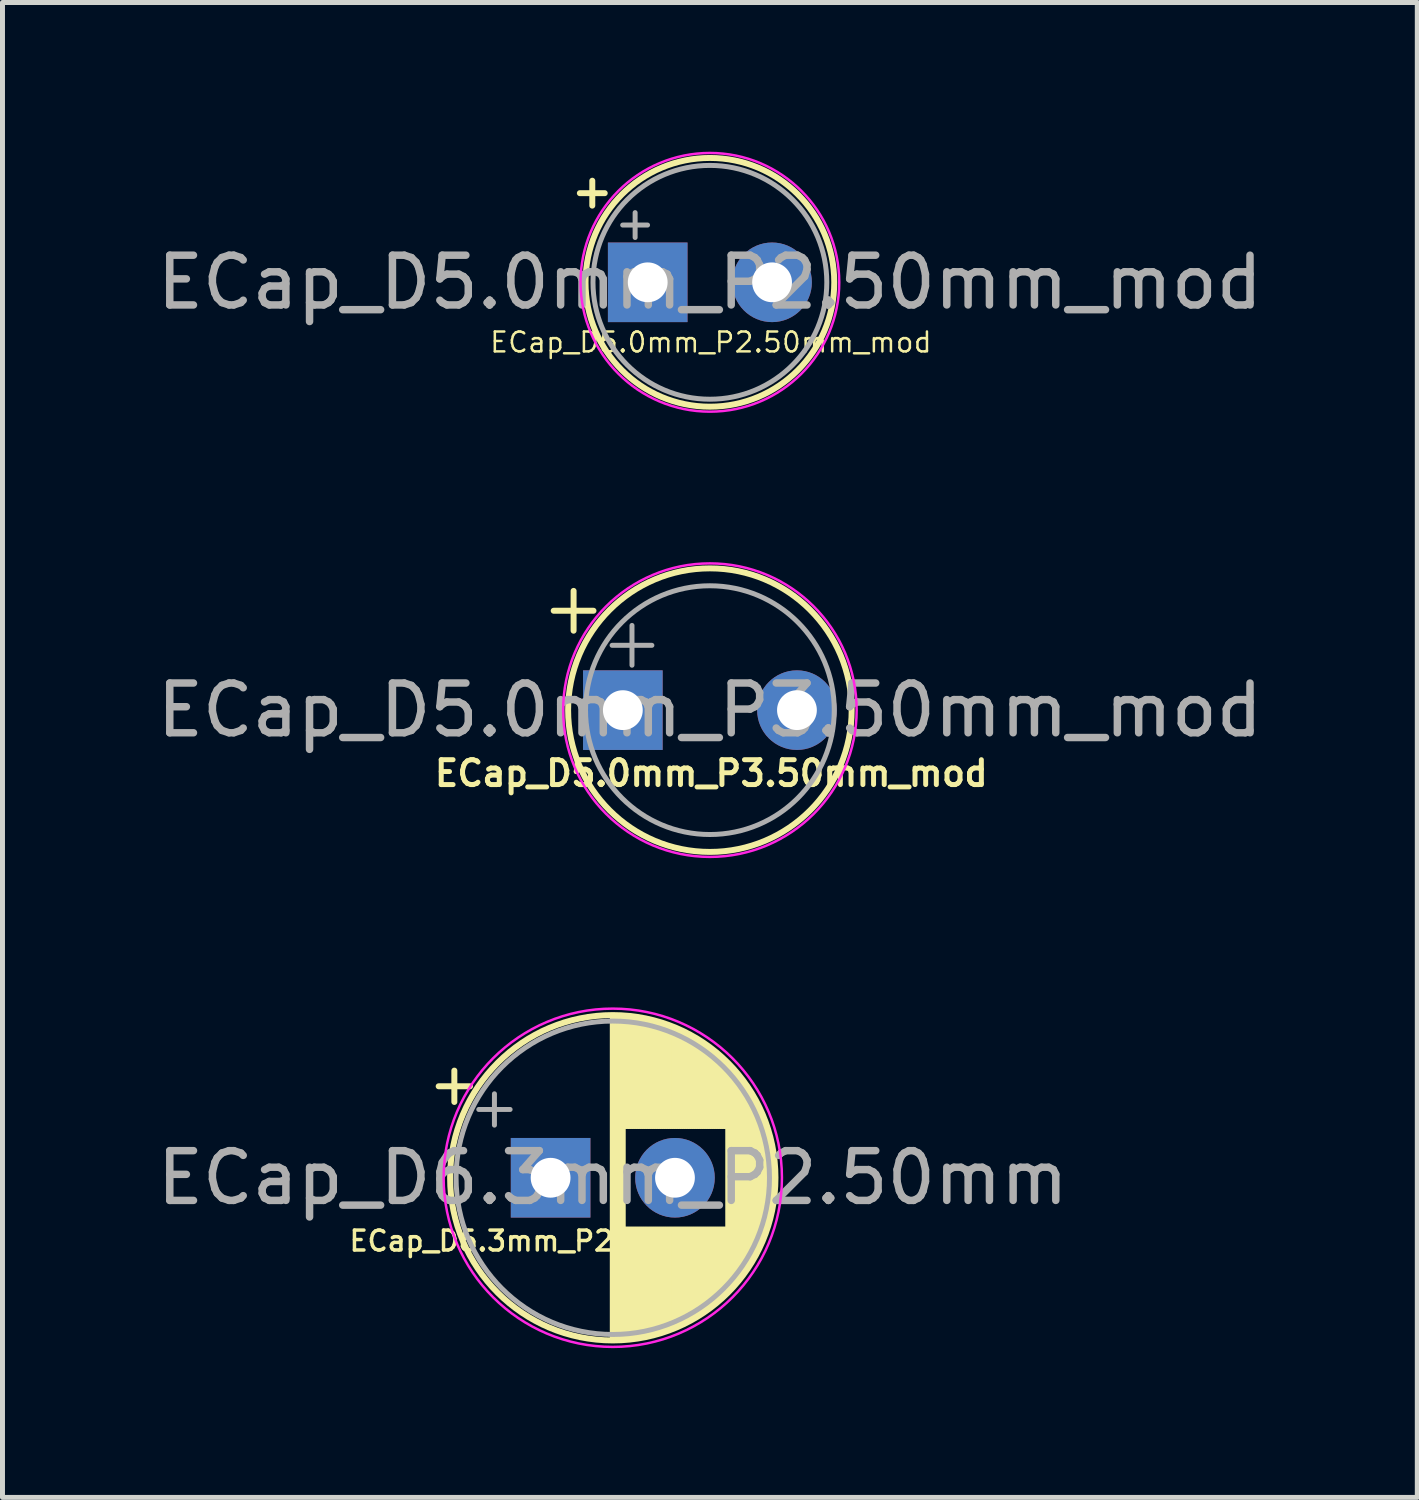
<source format=kicad_pcb>
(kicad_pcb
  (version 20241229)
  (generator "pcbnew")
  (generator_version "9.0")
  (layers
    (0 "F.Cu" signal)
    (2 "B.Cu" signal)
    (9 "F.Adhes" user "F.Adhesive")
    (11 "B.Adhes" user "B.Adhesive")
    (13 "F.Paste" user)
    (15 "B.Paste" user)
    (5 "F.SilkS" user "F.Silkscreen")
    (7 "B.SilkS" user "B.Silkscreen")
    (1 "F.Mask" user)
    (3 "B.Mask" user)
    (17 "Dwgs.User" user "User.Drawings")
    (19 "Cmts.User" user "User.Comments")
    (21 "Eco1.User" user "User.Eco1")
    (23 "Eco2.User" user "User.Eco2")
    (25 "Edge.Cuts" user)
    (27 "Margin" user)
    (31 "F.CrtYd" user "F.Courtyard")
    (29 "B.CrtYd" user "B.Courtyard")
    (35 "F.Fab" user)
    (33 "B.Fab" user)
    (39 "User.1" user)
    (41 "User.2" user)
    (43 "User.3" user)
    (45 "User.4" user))
  (footprint "ECap_D5.0mm_P2.50mm_mod"
    (layer "F.Cu")
    (at 9.97 2.625)
    (property "Reference" "ECap_D5.0mm_P2.50mm_mod" (at 1.27 1.206 0) (layer "F.SilkS") (effects (font (size 0.4 0.4) (thickness 0.05))))
    (attr through_hole)
    (fp_line (start -1.364 -1.792) (end -0.864 -1.792) (stroke (width 0.12) (type solid)) (layer "F.SilkS"))
    (fp_line (start -1.114 -2.042) (end -1.114 -1.542) (stroke (width 0.12) (type solid)) (layer "F.SilkS"))
    (fp_circle (center 1.25 0) (end 3.75 0) (stroke (width 0.12) (type solid)) (fill no) (layer "F.SilkS"))
    (fp_circle (center 1.25 0) (end 3.85 0) (stroke (width 0.05) (type solid)) (fill no) (layer "F.CrtYd"))
    (fp_line (start -0.503 -1.151) (end -0.003 -1.151) (stroke (width 0.1) (type solid)) (layer "F.Fab"))
    (fp_line (start -0.253 -1.401) (end -0.253 -0.901) (stroke (width 0.1) (type solid)) (layer "F.Fab"))
    (fp_circle (center 1.25 0) (end 3.6 0) (stroke (width 0.1) (type solid)) (fill no) (layer "F.Fab"))
    (fp_text user "${REFERENCE}" (at 1.25 0 0) (layer "F.Fab") (effects (font (size 1 1) (thickness 0.15))))
    (pad "1" thru_hole rect (at 0 0) (size 1.6 1.6) (drill 0.8) (layers "*.Cu" "*.Mask"))
    (pad "2" thru_hole circle (at 2.5 0) (size 1.6 1.6) (drill 0.8) (layers "*.Cu" "*.Mask")))
  (footprint "ECap_D5.0mm_P3.50mm_mod"
    (layer "F.Cu")
    (at 9.47 11.225)
    (property "Reference" "ECap_D5.0mm_P3.50mm_mod" (at 1.778 1.27 0) (layer "F.SilkS") (effects (font (size 0.5 0.5) (thickness 0.1))))
    (attr through_hole)
    (fp_line (start -1.39 -1.998) (end -0.59 -1.998) (stroke (width 0.12) (type solid)) (layer "F.SilkS"))
    (fp_line (start -0.99 -2.397) (end -0.99 -1.597) (stroke (width 0.12) (type solid)) (layer "F.SilkS"))
    (fp_circle (center 1.75 0) (end 4.6 0) (stroke (width 0.12) (type solid)) (fill no) (layer "F.SilkS"))
    (fp_circle (center 1.75 0) (end 4.7 0) (stroke (width 0.05) (type solid)) (fill no) (layer "F.CrtYd"))
    (fp_line (start -0.216 -1.303) (end 0.584 -1.303) (stroke (width 0.1) (type solid)) (layer "F.Fab"))
    (fp_line (start 0.184 -1.703) (end 0.184 -0.903) (stroke (width 0.1) (type solid)) (layer "F.Fab"))
    (fp_circle (center 1.75 0) (end 4.25 0) (stroke (width 0.1) (type solid)) (fill no) (layer "F.Fab"))
    (fp_text user "${REFERENCE}" (at 1.75 0 0) (layer "F.Fab") (effects (font (size 1 1) (thickness 0.15))))
    (pad "1" thru_hole rect (at 0 0) (size 1.6 1.6) (drill 0.8) (layers "*.Cu" "*.Mask"))
    (pad "2" thru_hole circle (at 3.5 0) (size 1.6 1.6) (drill 0.8) (layers "*.Cu" "*.Mask")))
  (footprint "ECap_D6.3mm_P2.50mm"
    (layer "F.Cu")
    (at 8.018 20.625)
    (property "Reference" "ECap_D6.3mm_P2.50mm" (at -0.381 1.27 0) (layer "F.SilkS") (effects (font (size 0.4 0.4) (thickness 0.07))))
    (attr through_hole)
    (fp_line (start -2.25 -1.839) (end -1.62 -1.839) (stroke (width 0.12) (type solid)) (layer "F.SilkS"))
    (fp_line (start -1.935 -2.154) (end -1.935 -1.524) (stroke (width 0.12) (type solid)) (layer "F.SilkS"))
    (fp_line (start 1.25 -3.23) (end 1.25 3.23) (stroke (width 0.12) (type solid)) (layer "F.SilkS"))
    (fp_line (start 1.29 -3.23) (end 1.29 3.23) (stroke (width 0.12) (type solid)) (layer "F.SilkS"))
    (fp_line (start 1.33 -3.23) (end 1.33 3.23) (stroke (width 0.12) (type solid)) (layer "F.SilkS"))
    (fp_line (start 1.37 -3.228) (end 1.37 3.228) (stroke (width 0.12) (type solid)) (layer "F.SilkS"))
    (fp_line (start 1.41 -3.227) (end 1.41 3.227) (stroke (width 0.12) (type solid)) (layer "F.SilkS"))
    (fp_line (start 1.45 -3.224) (end 1.45 3.224) (stroke (width 0.12) (type solid)) (layer "F.SilkS"))
    (fp_line (start 1.49 -3.222) (end 1.49 -1.04) (stroke (width 0.12) (type solid)) (layer "F.SilkS"))
    (fp_line (start 1.49 1.04) (end 1.49 3.222) (stroke (width 0.12) (type solid)) (layer "F.SilkS"))
    (fp_line (start 1.53 -3.218) (end 1.53 -1.04) (stroke (width 0.12) (type solid)) (layer "F.SilkS"))
    (fp_line (start 1.53 1.04) (end 1.53 3.218) (stroke (width 0.12) (type solid)) (layer "F.SilkS"))
    (fp_line (start 1.57 -3.215) (end 1.57 -1.04) (stroke (width 0.12) (type solid)) (layer "F.SilkS"))
    (fp_line (start 1.57 1.04) (end 1.57 3.215) (stroke (width 0.12) (type solid)) (layer "F.SilkS"))
    (fp_line (start 1.61 -3.211) (end 1.61 -1.04) (stroke (width 0.12) (type solid)) (layer "F.SilkS"))
    (fp_line (start 1.61 1.04) (end 1.61 3.211) (stroke (width 0.12) (type solid)) (layer "F.SilkS"))
    (fp_line (start 1.65 -3.206) (end 1.65 -1.04) (stroke (width 0.12) (type solid)) (layer "F.SilkS"))
    (fp_line (start 1.65 1.04) (end 1.65 3.206) (stroke (width 0.12) (type solid)) (layer "F.SilkS"))
    (fp_line (start 1.69 -3.201) (end 1.69 -1.04) (stroke (width 0.12) (type solid)) (layer "F.SilkS"))
    (fp_line (start 1.69 1.04) (end 1.69 3.201) (stroke (width 0.12) (type solid)) (layer "F.SilkS"))
    (fp_line (start 1.73 -3.195) (end 1.73 -1.04) (stroke (width 0.12) (type solid)) (layer "F.SilkS"))
    (fp_line (start 1.73 1.04) (end 1.73 3.195) (stroke (width 0.12) (type solid)) (layer "F.SilkS"))
    (fp_line (start 1.77 -3.189) (end 1.77 -1.04) (stroke (width 0.12) (type solid)) (layer "F.SilkS"))
    (fp_line (start 1.77 1.04) (end 1.77 3.189) (stroke (width 0.12) (type solid)) (layer "F.SilkS"))
    (fp_line (start 1.81 -3.182) (end 1.81 -1.04) (stroke (width 0.12) (type solid)) (layer "F.SilkS"))
    (fp_line (start 1.81 1.04) (end 1.81 3.182) (stroke (width 0.12) (type solid)) (layer "F.SilkS"))
    (fp_line (start 1.85 -3.175) (end 1.85 -1.04) (stroke (width 0.12) (type solid)) (layer "F.SilkS"))
    (fp_line (start 1.85 1.04) (end 1.85 3.175) (stroke (width 0.12) (type solid)) (layer "F.SilkS"))
    (fp_line (start 1.89 -3.167) (end 1.89 -1.04) (stroke (width 0.12) (type solid)) (layer "F.SilkS"))
    (fp_line (start 1.89 1.04) (end 1.89 3.167) (stroke (width 0.12) (type solid)) (layer "F.SilkS"))
    (fp_line (start 1.93 -3.159) (end 1.93 -1.04) (stroke (width 0.12) (type solid)) (layer "F.SilkS"))
    (fp_line (start 1.93 1.04) (end 1.93 3.159) (stroke (width 0.12) (type solid)) (layer "F.SilkS"))
    (fp_line (start 1.971 -3.15) (end 1.971 -1.04) (stroke (width 0.12) (type solid)) (layer "F.SilkS"))
    (fp_line (start 1.971 1.04) (end 1.971 3.15) (stroke (width 0.12) (type solid)) (layer "F.SilkS"))
    (fp_line (start 2.011 -3.141) (end 2.011 -1.04) (stroke (width 0.12) (type solid)) (layer "F.SilkS"))
    (fp_line (start 2.011 1.04) (end 2.011 3.141) (stroke (width 0.12) (type solid)) (layer "F.SilkS"))
    (fp_line (start 2.051 -3.131) (end 2.051 -1.04) (stroke (width 0.12) (type solid)) (layer "F.SilkS"))
    (fp_line (start 2.051 1.04) (end 2.051 3.131) (stroke (width 0.12) (type solid)) (layer "F.SilkS"))
    (fp_line (start 2.091 -3.121) (end 2.091 -1.04) (stroke (width 0.12) (type solid)) (layer "F.SilkS"))
    (fp_line (start 2.091 1.04) (end 2.091 3.121) (stroke (width 0.12) (type solid)) (layer "F.SilkS"))
    (fp_line (start 2.131 -3.11) (end 2.131 -1.04) (stroke (width 0.12) (type solid)) (layer "F.SilkS"))
    (fp_line (start 2.131 1.04) (end 2.131 3.11) (stroke (width 0.12) (type solid)) (layer "F.SilkS"))
    (fp_line (start 2.171 -3.098) (end 2.171 -1.04) (stroke (width 0.12) (type solid)) (layer "F.SilkS"))
    (fp_line (start 2.171 1.04) (end 2.171 3.098) (stroke (width 0.12) (type solid)) (layer "F.SilkS"))
    (fp_line (start 2.211 -3.086) (end 2.211 -1.04) (stroke (width 0.12) (type solid)) (layer "F.SilkS"))
    (fp_line (start 2.211 1.04) (end 2.211 3.086) (stroke (width 0.12) (type solid)) (layer "F.SilkS"))
    (fp_line (start 2.251 -3.074) (end 2.251 -1.04) (stroke (width 0.12) (type solid)) (layer "F.SilkS"))
    (fp_line (start 2.251 1.04) (end 2.251 3.074) (stroke (width 0.12) (type solid)) (layer "F.SilkS"))
    (fp_line (start 2.291 -3.061) (end 2.291 -1.04) (stroke (width 0.12) (type solid)) (layer "F.SilkS"))
    (fp_line (start 2.291 1.04) (end 2.291 3.061) (stroke (width 0.12) (type solid)) (layer "F.SilkS"))
    (fp_line (start 2.331 -3.047) (end 2.331 -1.04) (stroke (width 0.12) (type solid)) (layer "F.SilkS"))
    (fp_line (start 2.331 1.04) (end 2.331 3.047) (stroke (width 0.12) (type solid)) (layer "F.SilkS"))
    (fp_line (start 2.371 -3.033) (end 2.371 -1.04) (stroke (width 0.12) (type solid)) (layer "F.SilkS"))
    (fp_line (start 2.371 1.04) (end 2.371 3.033) (stroke (width 0.12) (type solid)) (layer "F.SilkS"))
    (fp_line (start 2.411 -3.018) (end 2.411 -1.04) (stroke (width 0.12) (type solid)) (layer "F.SilkS"))
    (fp_line (start 2.411 1.04) (end 2.411 3.018) (stroke (width 0.12) (type solid)) (layer "F.SilkS"))
    (fp_line (start 2.451 -3.002) (end 2.451 -1.04) (stroke (width 0.12) (type solid)) (layer "F.SilkS"))
    (fp_line (start 2.451 1.04) (end 2.451 3.002) (stroke (width 0.12) (type solid)) (layer "F.SilkS"))
    (fp_line (start 2.491 -2.986) (end 2.491 -1.04) (stroke (width 0.12) (type solid)) (layer "F.SilkS"))
    (fp_line (start 2.491 1.04) (end 2.491 2.986) (stroke (width 0.12) (type solid)) (layer "F.SilkS"))
    (fp_line (start 2.531 -2.97) (end 2.531 -1.04) (stroke (width 0.12) (type solid)) (layer "F.SilkS"))
    (fp_line (start 2.531 1.04) (end 2.531 2.97) (stroke (width 0.12) (type solid)) (layer "F.SilkS"))
    (fp_line (start 2.571 -2.952) (end 2.571 -1.04) (stroke (width 0.12) (type solid)) (layer "F.SilkS"))
    (fp_line (start 2.571 1.04) (end 2.571 2.952) (stroke (width 0.12) (type solid)) (layer "F.SilkS"))
    (fp_line (start 2.611 -2.934) (end 2.611 -1.04) (stroke (width 0.12) (type solid)) (layer "F.SilkS"))
    (fp_line (start 2.611 1.04) (end 2.611 2.934) (stroke (width 0.12) (type solid)) (layer "F.SilkS"))
    (fp_line (start 2.651 -2.916) (end 2.651 -1.04) (stroke (width 0.12) (type solid)) (layer "F.SilkS"))
    (fp_line (start 2.651 1.04) (end 2.651 2.916) (stroke (width 0.12) (type solid)) (layer "F.SilkS"))
    (fp_line (start 2.691 -2.896) (end 2.691 -1.04) (stroke (width 0.12) (type solid)) (layer "F.SilkS"))
    (fp_line (start 2.691 1.04) (end 2.691 2.896) (stroke (width 0.12) (type solid)) (layer "F.SilkS"))
    (fp_line (start 2.731 -2.876) (end 2.731 -1.04) (stroke (width 0.12) (type solid)) (layer "F.SilkS"))
    (fp_line (start 2.731 1.04) (end 2.731 2.876) (stroke (width 0.12) (type solid)) (layer "F.SilkS"))
    (fp_line (start 2.771 -2.856) (end 2.771 -1.04) (stroke (width 0.12) (type solid)) (layer "F.SilkS"))
    (fp_line (start 2.771 1.04) (end 2.771 2.856) (stroke (width 0.12) (type solid)) (layer "F.SilkS"))
    (fp_line (start 2.811 -2.834) (end 2.811 -1.04) (stroke (width 0.12) (type solid)) (layer "F.SilkS"))
    (fp_line (start 2.811 1.04) (end 2.811 2.834) (stroke (width 0.12) (type solid)) (layer "F.SilkS"))
    (fp_line (start 2.851 -2.812) (end 2.851 -1.04) (stroke (width 0.12) (type solid)) (layer "F.SilkS"))
    (fp_line (start 2.851 1.04) (end 2.851 2.812) (stroke (width 0.12) (type solid)) (layer "F.SilkS"))
    (fp_line (start 2.891 -2.79) (end 2.891 -1.04) (stroke (width 0.12) (type solid)) (layer "F.SilkS"))
    (fp_line (start 2.891 1.04) (end 2.891 2.79) (stroke (width 0.12) (type solid)) (layer "F.SilkS"))
    (fp_line (start 2.931 -2.766) (end 2.931 -1.04) (stroke (width 0.12) (type solid)) (layer "F.SilkS"))
    (fp_line (start 2.931 1.04) (end 2.931 2.766) (stroke (width 0.12) (type solid)) (layer "F.SilkS"))
    (fp_line (start 2.971 -2.742) (end 2.971 -1.04) (stroke (width 0.12) (type solid)) (layer "F.SilkS"))
    (fp_line (start 2.971 1.04) (end 2.971 2.742) (stroke (width 0.12) (type solid)) (layer "F.SilkS"))
    (fp_line (start 3.011 -2.716) (end 3.011 -1.04) (stroke (width 0.12) (type solid)) (layer "F.SilkS"))
    (fp_line (start 3.011 1.04) (end 3.011 2.716) (stroke (width 0.12) (type solid)) (layer "F.SilkS"))
    (fp_line (start 3.051 -2.69) (end 3.051 -1.04) (stroke (width 0.12) (type solid)) (layer "F.SilkS"))
    (fp_line (start 3.051 1.04) (end 3.051 2.69) (stroke (width 0.12) (type solid)) (layer "F.SilkS"))
    (fp_line (start 3.091 -2.664) (end 3.091 -1.04) (stroke (width 0.12) (type solid)) (layer "F.SilkS"))
    (fp_line (start 3.091 1.04) (end 3.091 2.664) (stroke (width 0.12) (type solid)) (layer "F.SilkS"))
    (fp_line (start 3.131 -2.636) (end 3.131 -1.04) (stroke (width 0.12) (type solid)) (layer "F.SilkS"))
    (fp_line (start 3.131 1.04) (end 3.131 2.636) (stroke (width 0.12) (type solid)) (layer "F.SilkS"))
    (fp_line (start 3.171 -2.607) (end 3.171 -1.04) (stroke (width 0.12) (type solid)) (layer "F.SilkS"))
    (fp_line (start 3.171 1.04) (end 3.171 2.607) (stroke (width 0.12) (type solid)) (layer "F.SilkS"))
    (fp_line (start 3.211 -2.578) (end 3.211 -1.04) (stroke (width 0.12) (type solid)) (layer "F.SilkS"))
    (fp_line (start 3.211 1.04) (end 3.211 2.578) (stroke (width 0.12) (type solid)) (layer "F.SilkS"))
    (fp_line (start 3.251 -2.548) (end 3.251 -1.04) (stroke (width 0.12) (type solid)) (layer "F.SilkS"))
    (fp_line (start 3.251 1.04) (end 3.251 2.548) (stroke (width 0.12) (type solid)) (layer "F.SilkS"))
    (fp_line (start 3.291 -2.516) (end 3.291 -1.04) (stroke (width 0.12) (type solid)) (layer "F.SilkS"))
    (fp_line (start 3.291 1.04) (end 3.291 2.516) (stroke (width 0.12) (type solid)) (layer "F.SilkS"))
    (fp_line (start 3.331 -2.484) (end 3.331 -1.04) (stroke (width 0.12) (type solid)) (layer "F.SilkS"))
    (fp_line (start 3.331 1.04) (end 3.331 2.484) (stroke (width 0.12) (type solid)) (layer "F.SilkS"))
    (fp_line (start 3.371 -2.45) (end 3.371 -1.04) (stroke (width 0.12) (type solid)) (layer "F.SilkS"))
    (fp_line (start 3.371 1.04) (end 3.371 2.45) (stroke (width 0.12) (type solid)) (layer "F.SilkS"))
    (fp_line (start 3.411 -2.416) (end 3.411 -1.04) (stroke (width 0.12) (type solid)) (layer "F.SilkS"))
    (fp_line (start 3.411 1.04) (end 3.411 2.416) (stroke (width 0.12) (type solid)) (layer "F.SilkS"))
    (fp_line (start 3.451 -2.38) (end 3.451 -1.04) (stroke (width 0.12) (type solid)) (layer "F.SilkS"))
    (fp_line (start 3.451 1.04) (end 3.451 2.38) (stroke (width 0.12) (type solid)) (layer "F.SilkS"))
    (fp_line (start 3.491 -2.343) (end 3.491 -1.04) (stroke (width 0.12) (type solid)) (layer "F.SilkS"))
    (fp_line (start 3.491 1.04) (end 3.491 2.343) (stroke (width 0.12) (type solid)) (layer "F.SilkS"))
    (fp_line (start 3.531 -2.305) (end 3.531 -1.04) (stroke (width 0.12) (type solid)) (layer "F.SilkS"))
    (fp_line (start 3.531 1.04) (end 3.531 2.305) (stroke (width 0.12) (type solid)) (layer "F.SilkS"))
    (fp_line (start 3.571 -2.265) (end 3.571 2.265) (stroke (width 0.12) (type solid)) (layer "F.SilkS"))
    (fp_line (start 3.611 -2.224) (end 3.611 2.224) (stroke (width 0.12) (type solid)) (layer "F.SilkS"))
    (fp_line (start 3.651 -2.182) (end 3.651 2.182) (stroke (width 0.12) (type solid)) (layer "F.SilkS"))
    (fp_line (start 3.691 -2.137) (end 3.691 2.137) (stroke (width 0.12) (type solid)) (layer "F.SilkS"))
    (fp_line (start 3.731 -2.092) (end 3.731 2.092) (stroke (width 0.12) (type solid)) (layer "F.SilkS"))
    (fp_line (start 3.771 -2.044) (end 3.771 2.044) (stroke (width 0.12) (type solid)) (layer "F.SilkS"))
    (fp_line (start 3.811 -1.995) (end 3.811 1.995) (stroke (width 0.12) (type solid)) (layer "F.SilkS"))
    (fp_line (start 3.851 -1.944) (end 3.851 1.944) (stroke (width 0.12) (type solid)) (layer "F.SilkS"))
    (fp_line (start 3.891 -1.89) (end 3.891 1.89) (stroke (width 0.12) (type solid)) (layer "F.SilkS"))
    (fp_line (start 3.931 -1.834) (end 3.931 1.834) (stroke (width 0.12) (type solid)) (layer "F.SilkS"))
    (fp_line (start 3.971 -1.776) (end 3.971 1.776) (stroke (width 0.12) (type solid)) (layer "F.SilkS"))
    (fp_line (start 4.011 -1.714) (end 4.011 1.714) (stroke (width 0.12) (type solid)) (layer "F.SilkS"))
    (fp_line (start 4.051 -1.65) (end 4.051 1.65) (stroke (width 0.12) (type solid)) (layer "F.SilkS"))
    (fp_line (start 4.091 -1.581) (end 4.091 1.581) (stroke (width 0.12) (type solid)) (layer "F.SilkS"))
    (fp_line (start 4.131 -1.509) (end 4.131 1.509) (stroke (width 0.12) (type solid)) (layer "F.SilkS"))
    (fp_line (start 4.171 -1.432) (end 4.171 1.432) (stroke (width 0.12) (type solid)) (layer "F.SilkS"))
    (fp_line (start 4.211 -1.35) (end 4.211 1.35) (stroke (width 0.12) (type solid)) (layer "F.SilkS"))
    (fp_line (start 4.251 -1.262) (end 4.251 1.262) (stroke (width 0.12) (type solid)) (layer "F.SilkS"))
    (fp_line (start 4.291 -1.165) (end 4.291 1.165) (stroke (width 0.12) (type solid)) (layer "F.SilkS"))
    (fp_line (start 4.331 -1.059) (end 4.331 1.059) (stroke (width 0.12) (type solid)) (layer "F.SilkS"))
    (fp_line (start 4.371 -0.94) (end 4.371 0.94) (stroke (width 0.12) (type solid)) (layer "F.SilkS"))
    (fp_line (start 4.411 -0.802) (end 4.411 0.802) (stroke (width 0.12) (type solid)) (layer "F.SilkS"))
    (fp_line (start 4.451 -0.633) (end 4.451 0.633) (stroke (width 0.12) (type solid)) (layer "F.SilkS"))
    (fp_line (start 4.491 -0.402) (end 4.491 0.402) (stroke (width 0.12) (type solid)) (layer "F.SilkS"))
    (fp_circle (center 1.25 0) (end 4.52 0) (stroke (width 0.12) (type solid)) (fill no) (layer "F.SilkS"))
    (fp_circle (center 1.25 0) (end 4.65 0) (stroke (width 0.05) (type solid)) (fill no) (layer "F.CrtYd"))
    (fp_line (start -1.444 -1.373) (end -0.814 -1.373) (stroke (width 0.1) (type solid)) (layer "F.Fab"))
    (fp_line (start -1.129 -1.688) (end -1.129 -1.058) (stroke (width 0.1) (type solid)) (layer "F.Fab"))
    (fp_circle (center 1.25 0) (end 4.4 0) (stroke (width 0.1) (type solid)) (fill no) (layer "F.Fab"))
    (fp_text user "${REFERENCE}" (at 1.25 0 0) (layer "F.Fab") (effects (font (size 1 1) (thickness 0.15))))
    (pad "1" thru_hole rect (at 0 0) (size 1.6 1.6) (drill 0.8) (layers "*.Cu" "*.Mask"))
    (pad "2" thru_hole circle (at 2.5 0) (size 1.6 1.6) (drill 0.8) (layers "*.Cu" "*.Mask")))
  (gr_rect
    (start -3 -3)
    (end 25.44 27.05)
    (stroke (width 0.1) (type default))
    (fill no)
    (layer "Edge.Cuts")))
</source>
